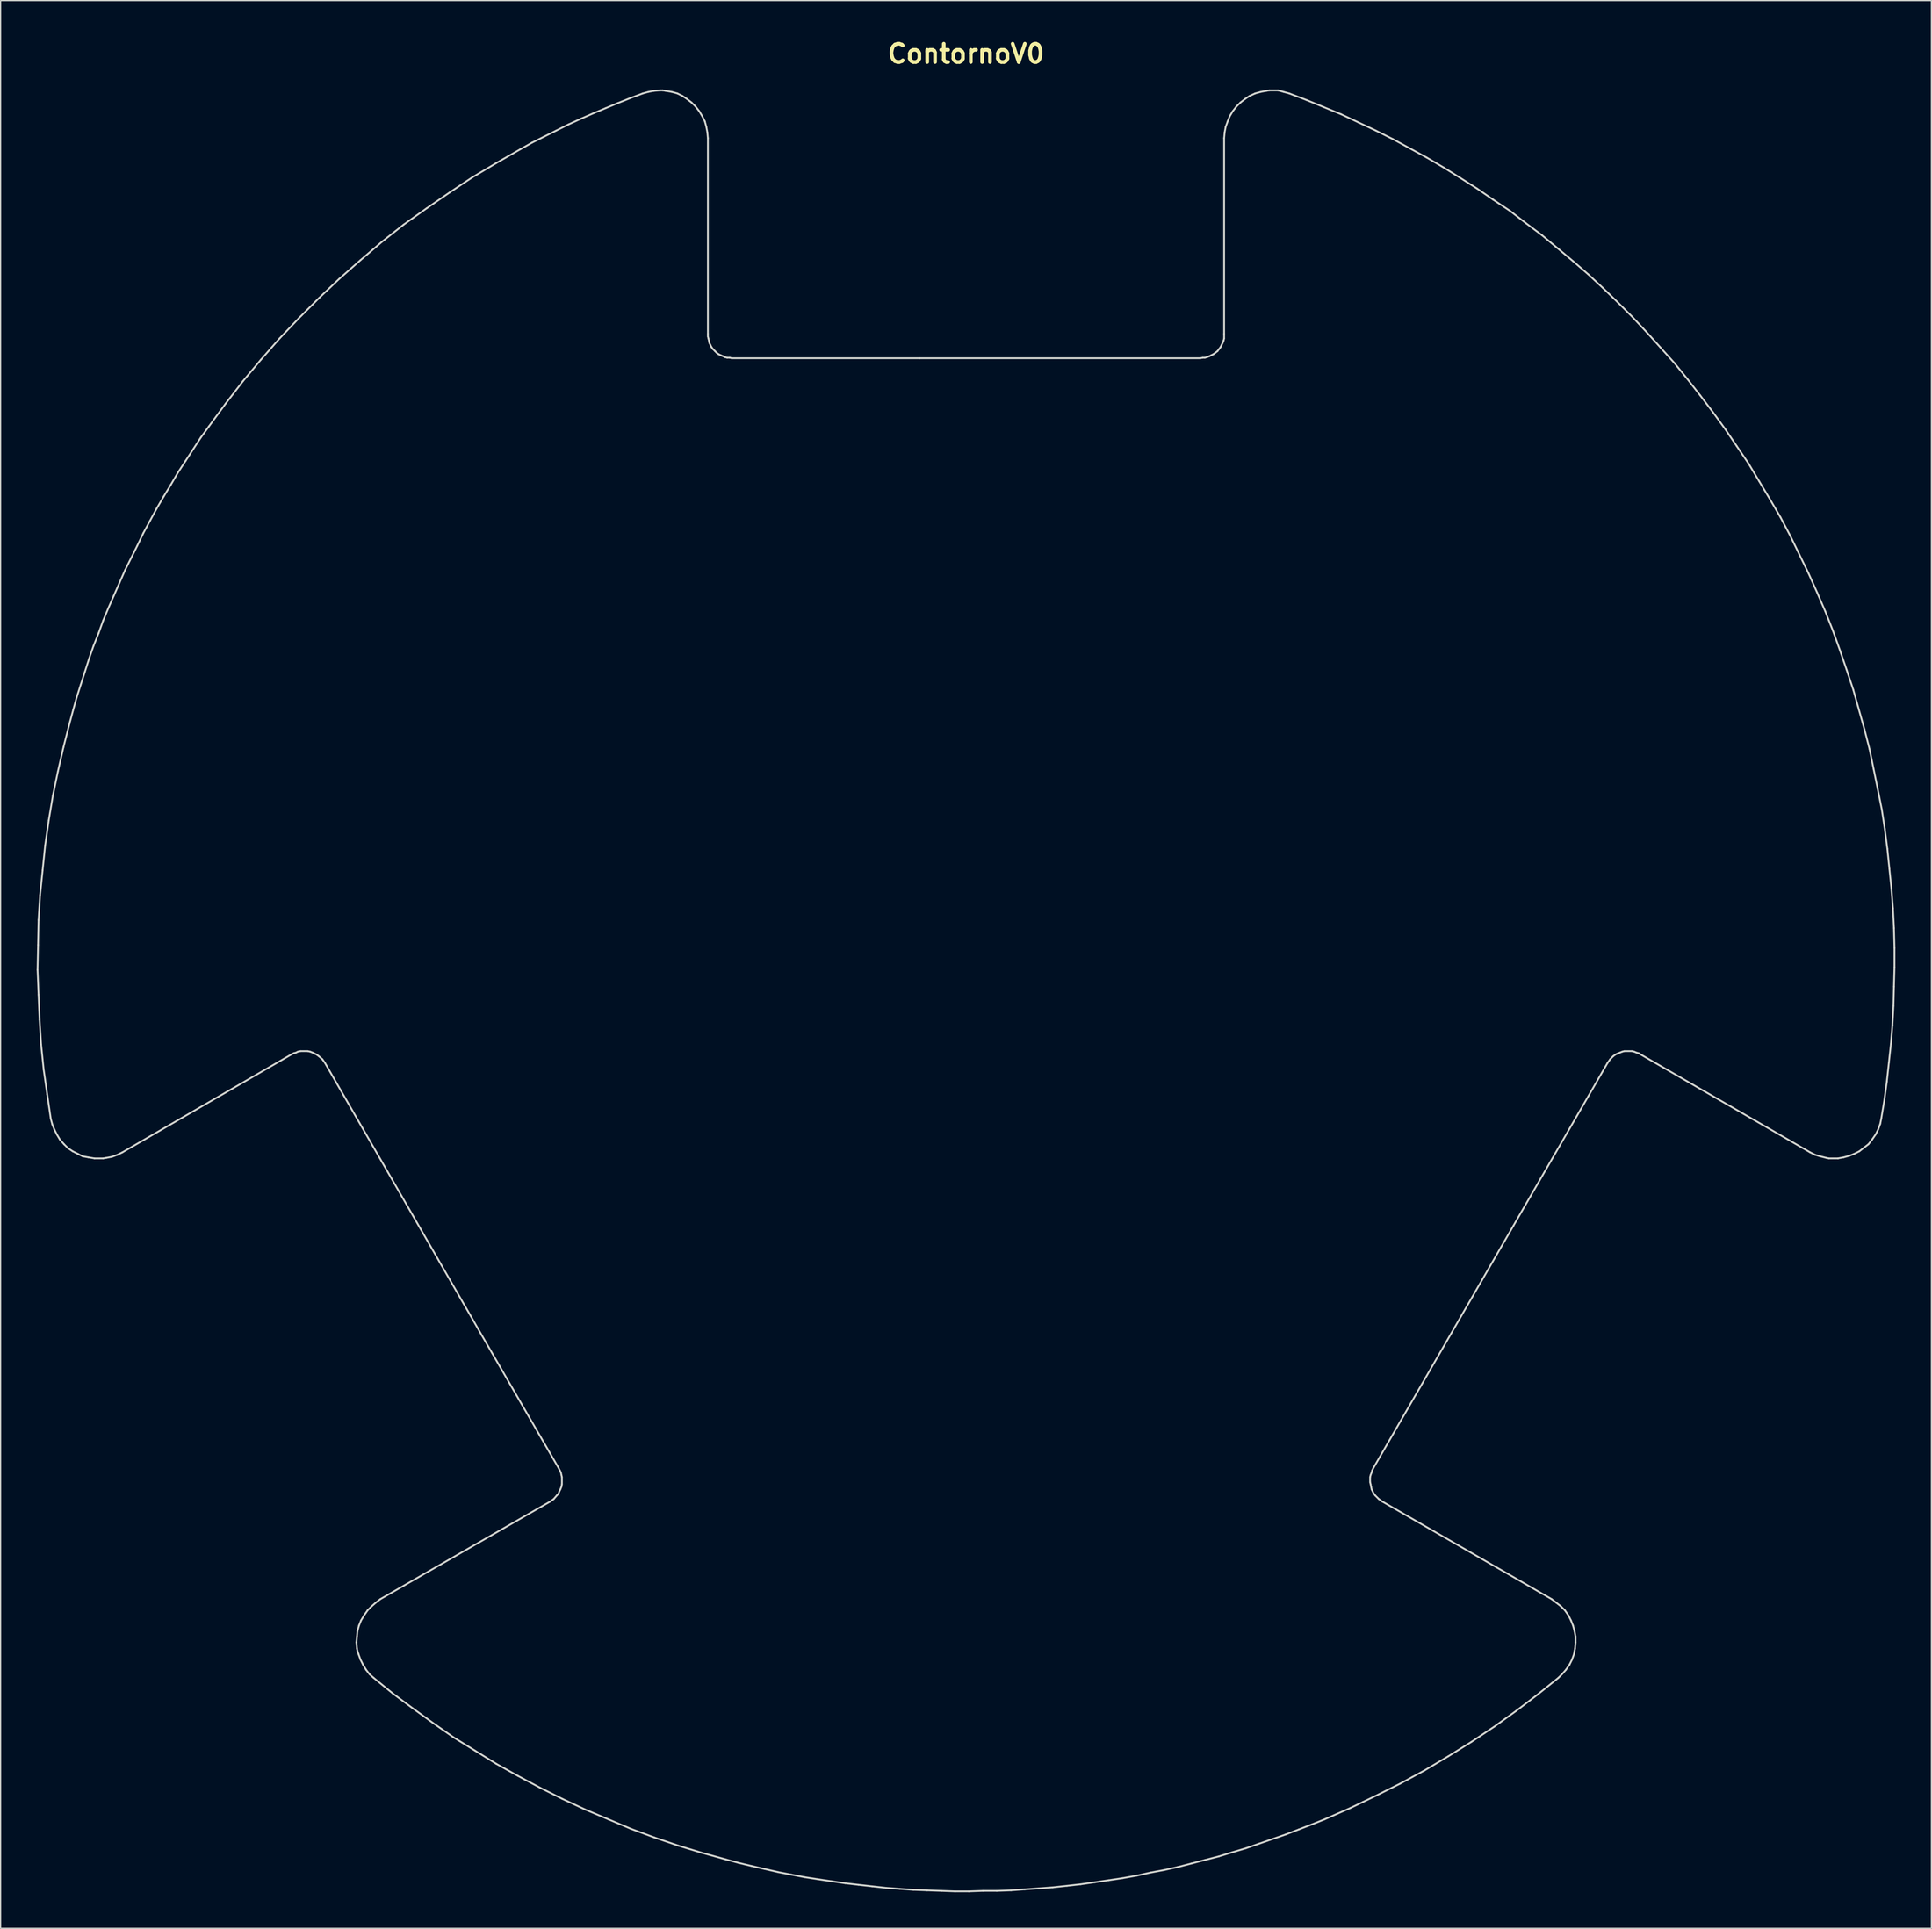
<source format=kicad_pcb>
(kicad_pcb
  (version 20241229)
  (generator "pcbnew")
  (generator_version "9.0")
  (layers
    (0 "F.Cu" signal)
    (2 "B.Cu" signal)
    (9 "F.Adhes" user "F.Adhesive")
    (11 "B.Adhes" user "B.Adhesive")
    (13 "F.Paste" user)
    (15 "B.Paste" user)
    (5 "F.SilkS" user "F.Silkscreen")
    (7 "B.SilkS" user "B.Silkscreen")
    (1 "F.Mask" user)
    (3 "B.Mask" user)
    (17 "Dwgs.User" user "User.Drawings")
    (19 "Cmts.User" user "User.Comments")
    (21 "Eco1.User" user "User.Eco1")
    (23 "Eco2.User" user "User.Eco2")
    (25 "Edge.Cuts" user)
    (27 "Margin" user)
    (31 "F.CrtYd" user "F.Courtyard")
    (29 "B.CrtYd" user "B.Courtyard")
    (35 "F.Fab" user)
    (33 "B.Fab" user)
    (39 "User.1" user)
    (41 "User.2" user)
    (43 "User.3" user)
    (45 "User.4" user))
  (footprint "ContornoV0"
    (layer "F.Cu")
    (at 77.354 79.468)
    (property "Reference" "ContornoV0" (at 0 -78.041 0) (layer "F.SilkS") (effects (font (size 1.524 1.524) (thickness 0.305))))
    (attr through_hole)
    (fp_line (start -77.279 -1.757) (end -77.237 -3.831) (stroke (width 0.15) (type solid)) (layer "Edge.Cuts"))
    (fp_line (start -77.237 -3.831) (end -77.195 -5.905) (stroke (width 0.15) (type solid)) (layer "Edge.Cuts"))
    (fp_line (start -77.195 -5.905) (end -77.068 -7.98) (stroke (width 0.15) (type solid)) (layer "Edge.Cuts"))
    (fp_line (start -77.195 0.318) (end -77.279 -1.757) (stroke (width 0.15) (type solid)) (layer "Edge.Cuts"))
    (fp_line (start -77.11 2.392) (end -77.195 0.318) (stroke (width 0.15) (type solid)) (layer "Edge.Cuts"))
    (fp_line (start -77.068 -7.98) (end -76.856 -10.054) (stroke (width 0.15) (type solid)) (layer "Edge.Cuts"))
    (fp_line (start -76.983 4.466) (end -77.11 2.392) (stroke (width 0.15) (type solid)) (layer "Edge.Cuts"))
    (fp_line (start -76.856 -10.054) (end -76.644 -12.129) (stroke (width 0.15) (type solid)) (layer "Edge.Cuts"))
    (fp_line (start -76.771 6.54) (end -76.983 4.466) (stroke (width 0.15) (type solid)) (layer "Edge.Cuts"))
    (fp_line (start -76.644 -12.129) (end -76.348 -14.203) (stroke (width 0.15) (type solid)) (layer "Edge.Cuts"))
    (fp_line (start -76.475 8.615) (end -76.771 6.54) (stroke (width 0.15) (type solid)) (layer "Edge.Cuts"))
    (fp_line (start -76.348 -14.203) (end -76.009 -16.235) (stroke (width 0.15) (type solid)) (layer "Edge.Cuts"))
    (fp_line (start -76.179 10.647) (end -76.475 8.615) (stroke (width 0.15) (type solid)) (layer "Edge.Cuts"))
    (fp_line (start -76.052 11.113) (end -76.179 10.647) (stroke (width 0.15) (type solid)) (layer "Edge.Cuts"))
    (fp_line (start -76.009 -16.235) (end -75.586 -18.267) (stroke (width 0.15) (type solid)) (layer "Edge.Cuts"))
    (fp_line (start -75.882 11.536) (end -76.052 11.113) (stroke (width 0.15) (type solid)) (layer "Edge.Cuts"))
    (fp_line (start -75.671 11.959) (end -75.882 11.536) (stroke (width 0.15) (type solid)) (layer "Edge.Cuts"))
    (fp_line (start -75.586 -18.267) (end -75.12 -20.299) (stroke (width 0.15) (type solid)) (layer "Edge.Cuts"))
    (fp_line (start -75.417 12.383) (end -75.671 11.959) (stroke (width 0.15) (type solid)) (layer "Edge.Cuts"))
    (fp_line (start -75.12 -20.299) (end -74.612 -22.288) (stroke (width 0.15) (type solid)) (layer "Edge.Cuts"))
    (fp_line (start -75.078 12.764) (end -75.417 12.383) (stroke (width 0.15) (type solid)) (layer "Edge.Cuts"))
    (fp_line (start -74.739 13.102) (end -75.078 12.764) (stroke (width 0.15) (type solid)) (layer "Edge.Cuts"))
    (fp_line (start -74.612 -22.288) (end -74.316 -23.389) (stroke (width 0.15) (type solid)) (layer "Edge.Cuts"))
    (fp_line (start -74.358 13.356) (end -74.739 13.102) (stroke (width 0.15) (type solid)) (layer "Edge.Cuts"))
    (fp_line (start -74.316 -23.389) (end -74.02 -24.447) (stroke (width 0.15) (type solid)) (layer "Edge.Cuts"))
    (fp_line (start -74.02 -24.447) (end -73.681 -25.506) (stroke (width 0.15) (type solid)) (layer "Edge.Cuts"))
    (fp_line (start -73.935 13.568) (end -74.358 13.356) (stroke (width 0.15) (type solid)) (layer "Edge.Cuts"))
    (fp_line (start -73.681 -25.506) (end -73.342 -26.564) (stroke (width 0.15) (type solid)) (layer "Edge.Cuts"))
    (fp_line (start -73.512 13.78) (end -73.935 13.568) (stroke (width 0.15) (type solid)) (layer "Edge.Cuts"))
    (fp_line (start -73.342 -26.564) (end -73.004 -27.622) (stroke (width 0.15) (type solid)) (layer "Edge.Cuts"))
    (fp_line (start -73.046 13.864) (end -73.512 13.78) (stroke (width 0.15) (type solid)) (layer "Edge.Cuts"))
    (fp_line (start -73.004 -27.622) (end -72.623 -28.723) (stroke (width 0.15) (type solid)) (layer "Edge.Cuts"))
    (fp_line (start -72.623 -28.723) (end -72.199 -29.781) (stroke (width 0.15) (type solid)) (layer "Edge.Cuts"))
    (fp_line (start -72.538 13.949) (end -73.046 13.864) (stroke (width 0.15) (type solid)) (layer "Edge.Cuts"))
    (fp_line (start -72.199 -29.781) (end -71.818 -30.84) (stroke (width 0.15) (type solid)) (layer "Edge.Cuts"))
    (fp_line (start -71.818 -30.84) (end -71.395 -31.856) (stroke (width 0.15) (type solid)) (layer "Edge.Cuts"))
    (fp_line (start -71.818 13.949) (end -72.538 13.949) (stroke (width 0.15) (type solid)) (layer "Edge.Cuts"))
    (fp_line (start -71.564 13.906) (end -71.818 13.949) (stroke (width 0.15) (type solid)) (layer "Edge.Cuts"))
    (fp_line (start -71.395 -31.856) (end -70.929 -32.914) (stroke (width 0.15) (type solid)) (layer "Edge.Cuts"))
    (fp_line (start -71.099 13.822) (end -71.564 13.906) (stroke (width 0.15) (type solid)) (layer "Edge.Cuts"))
    (fp_line (start -70.929 -32.914) (end -70.464 -33.972) (stroke (width 0.15) (type solid)) (layer "Edge.Cuts"))
    (fp_line (start -70.633 13.652) (end -71.099 13.822) (stroke (width 0.15) (type solid)) (layer "Edge.Cuts"))
    (fp_line (start -70.464 -33.972) (end -69.998 -35.031) (stroke (width 0.15) (type solid)) (layer "Edge.Cuts"))
    (fp_line (start -70.21 13.441) (end -70.633 13.652) (stroke (width 0.15) (type solid)) (layer "Edge.Cuts"))
    (fp_line (start -69.998 -35.031) (end -69.49 -36.047) (stroke (width 0.15) (type solid)) (layer "Edge.Cuts"))
    (fp_line (start -69.49 -36.047) (end -68.982 -37.063) (stroke (width 0.15) (type solid)) (layer "Edge.Cuts"))
    (fp_line (start -68.982 -37.063) (end -68.474 -38.121) (stroke (width 0.15) (type solid)) (layer "Edge.Cuts"))
    (fp_line (start -68.474 -38.121) (end -67.924 -39.137) (stroke (width 0.15) (type solid)) (layer "Edge.Cuts"))
    (fp_line (start -67.924 -39.137) (end -67.373 -40.153) (stroke (width 0.15) (type solid)) (layer "Edge.Cuts"))
    (fp_line (start -67.373 -40.153) (end -66.781 -41.169) (stroke (width 0.15) (type solid)) (layer "Edge.Cuts"))
    (fp_line (start -66.781 -41.169) (end -66.188 -42.143) (stroke (width 0.15) (type solid)) (layer "Edge.Cuts"))
    (fp_line (start -66.188 -42.143) (end -65.595 -43.159) (stroke (width 0.15) (type solid)) (layer "Edge.Cuts"))
    (fp_line (start -65.595 -43.159) (end -64.96 -44.132) (stroke (width 0.15) (type solid)) (layer "Edge.Cuts"))
    (fp_line (start -64.96 -44.132) (end -64.325 -45.106) (stroke (width 0.15) (type solid)) (layer "Edge.Cuts"))
    (fp_line (start -64.325 -45.106) (end -63.69 -46.08) (stroke (width 0.15) (type solid)) (layer "Edge.Cuts"))
    (fp_line (start -63.69 -46.08) (end -63.013 -47.011) (stroke (width 0.15) (type solid)) (layer "Edge.Cuts"))
    (fp_line (start -63.013 -47.011) (end -61.616 -48.916) (stroke (width 0.15) (type solid)) (layer "Edge.Cuts"))
    (fp_line (start -61.616 -48.916) (end -60.177 -50.779) (stroke (width 0.15) (type solid)) (layer "Edge.Cuts"))
    (fp_line (start -60.177 -50.779) (end -58.695 -52.557) (stroke (width 0.15) (type solid)) (layer "Edge.Cuts"))
    (fp_line (start -58.695 -52.557) (end -57.129 -54.335) (stroke (width 0.15) (type solid)) (layer "Edge.Cuts"))
    (fp_line (start -57.129 -54.335) (end -55.52 -56.028) (stroke (width 0.15) (type solid)) (layer "Edge.Cuts"))
    (fp_line (start -56.113 5.271) (end -70.21 13.441) (stroke (width 0.15) (type solid)) (layer "Edge.Cuts"))
    (fp_line (start -55.943 5.186) (end -56.113 5.271) (stroke (width 0.15) (type solid)) (layer "Edge.Cuts"))
    (fp_line (start -55.774 5.144) (end -55.943 5.186) (stroke (width 0.15) (type solid)) (layer "Edge.Cuts"))
    (fp_line (start -55.605 5.059) (end -55.774 5.144) (stroke (width 0.15) (type solid)) (layer "Edge.Cuts"))
    (fp_line (start -55.52 -56.028) (end -53.869 -57.679) (stroke (width 0.15) (type solid)) (layer "Edge.Cuts"))
    (fp_line (start -55.393 5.016) (end -55.605 5.059) (stroke (width 0.15) (type solid)) (layer "Edge.Cuts"))
    (fp_line (start -54.8 5.016) (end -55.393 5.016) (stroke (width 0.15) (type solid)) (layer "Edge.Cuts"))
    (fp_line (start -54.589 5.059) (end -54.8 5.016) (stroke (width 0.15) (type solid)) (layer "Edge.Cuts"))
    (fp_line (start -54.377 5.144) (end -54.589 5.059) (stroke (width 0.15) (type solid)) (layer "Edge.Cuts"))
    (fp_line (start -54.208 5.228) (end -54.377 5.144) (stroke (width 0.15) (type solid)) (layer "Edge.Cuts"))
    (fp_line (start -54.038 5.313) (end -54.208 5.228) (stroke (width 0.15) (type solid)) (layer "Edge.Cuts"))
    (fp_line (start -53.869 -57.679) (end -52.176 -59.288) (stroke (width 0.15) (type solid)) (layer "Edge.Cuts"))
    (fp_line (start -53.869 5.44) (end -54.038 5.313) (stroke (width 0.15) (type solid)) (layer "Edge.Cuts"))
    (fp_line (start -53.573 5.694) (end -53.869 5.44) (stroke (width 0.15) (type solid)) (layer "Edge.Cuts"))
    (fp_line (start -53.361 5.99) (end -53.573 5.694) (stroke (width 0.15) (type solid)) (layer "Edge.Cuts"))
    (fp_line (start -52.176 -59.288) (end -50.398 -60.854) (stroke (width 0.15) (type solid)) (layer "Edge.Cuts"))
    (fp_line (start -50.736 54.25) (end -50.694 53.784) (stroke (width 0.15) (type solid)) (layer "Edge.Cuts"))
    (fp_line (start -50.694 53.784) (end -50.652 53.319) (stroke (width 0.15) (type solid)) (layer "Edge.Cuts"))
    (fp_line (start -50.694 54.758) (end -50.736 54.25) (stroke (width 0.15) (type solid)) (layer "Edge.Cuts"))
    (fp_line (start -50.652 53.319) (end -50.525 52.853) (stroke (width 0.15) (type solid)) (layer "Edge.Cuts"))
    (fp_line (start -50.652 54.97) (end -50.694 54.758) (stroke (width 0.15) (type solid)) (layer "Edge.Cuts"))
    (fp_line (start -50.567 55.224) (end -50.652 54.97) (stroke (width 0.15) (type solid)) (layer "Edge.Cuts"))
    (fp_line (start -50.525 52.853) (end -50.355 52.43) (stroke (width 0.15) (type solid)) (layer "Edge.Cuts"))
    (fp_line (start -50.398 -60.854) (end -48.62 -62.378) (stroke (width 0.15) (type solid)) (layer "Edge.Cuts"))
    (fp_line (start -50.398 55.689) (end -50.567 55.224) (stroke (width 0.15) (type solid)) (layer "Edge.Cuts"))
    (fp_line (start -50.355 52.43) (end -50.101 52.006) (stroke (width 0.15) (type solid)) (layer "Edge.Cuts"))
    (fp_line (start -50.186 56.113) (end -50.398 55.689) (stroke (width 0.15) (type solid)) (layer "Edge.Cuts"))
    (fp_line (start -50.101 52.006) (end -49.805 51.583) (stroke (width 0.15) (type solid)) (layer "Edge.Cuts"))
    (fp_line (start -49.932 56.536) (end -50.186 56.113) (stroke (width 0.15) (type solid)) (layer "Edge.Cuts"))
    (fp_line (start -49.805 51.583) (end -49.466 51.244) (stroke (width 0.15) (type solid)) (layer "Edge.Cuts"))
    (fp_line (start -49.636 56.917) (end -49.932 56.536) (stroke (width 0.15) (type solid)) (layer "Edge.Cuts"))
    (fp_line (start -49.466 51.244) (end -49.128 50.948) (stroke (width 0.15) (type solid)) (layer "Edge.Cuts"))
    (fp_line (start -49.297 57.213) (end -49.636 56.917) (stroke (width 0.15) (type solid)) (layer "Edge.Cuts"))
    (fp_line (start -49.128 50.948) (end -48.747 50.652) (stroke (width 0.15) (type solid)) (layer "Edge.Cuts"))
    (fp_line (start -48.747 50.652) (end -34.607 42.524) (stroke (width 0.15) (type solid)) (layer "Edge.Cuts"))
    (fp_line (start -48.62 -62.378) (end -46.799 -63.817) (stroke (width 0.15) (type solid)) (layer "Edge.Cuts"))
    (fp_line (start -47.688 58.526) (end -49.297 57.213) (stroke (width 0.15) (type solid)) (layer "Edge.Cuts"))
    (fp_line (start -46.799 -63.817) (end -44.894 -65.172) (stroke (width 0.15) (type solid)) (layer "Edge.Cuts"))
    (fp_line (start -46.037 59.753) (end -47.688 58.526) (stroke (width 0.15) (type solid)) (layer "Edge.Cuts"))
    (fp_line (start -44.894 -65.172) (end -42.989 -66.484) (stroke (width 0.15) (type solid)) (layer "Edge.Cuts"))
    (fp_line (start -44.344 60.981) (end -46.037 59.753) (stroke (width 0.15) (type solid)) (layer "Edge.Cuts"))
    (fp_line (start -42.989 -66.484) (end -41.084 -67.754) (stroke (width 0.15) (type solid)) (layer "Edge.Cuts"))
    (fp_line (start -42.651 62.166) (end -44.344 60.981) (stroke (width 0.15) (type solid)) (layer "Edge.Cuts"))
    (fp_line (start -41.084 -67.754) (end -39.095 -68.94) (stroke (width 0.15) (type solid)) (layer "Edge.Cuts"))
    (fp_line (start -40.873 63.267) (end -42.651 62.166) (stroke (width 0.15) (type solid)) (layer "Edge.Cuts"))
    (fp_line (start -40.301 28.681) (end -53.361 5.99) (stroke (width 0.15) (type solid)) (layer "Edge.Cuts"))
    (fp_line (start -39.095 -68.94) (end -37.105 -70.083) (stroke (width 0.15) (type solid)) (layer "Edge.Cuts"))
    (fp_line (start -39.095 64.368) (end -40.873 63.267) (stroke (width 0.15) (type solid)) (layer "Edge.Cuts"))
    (fp_line (start -37.274 65.384) (end -39.095 64.368) (stroke (width 0.15) (type solid)) (layer "Edge.Cuts"))
    (fp_line (start -37.105 -70.083) (end -36.131 -70.633) (stroke (width 0.15) (type solid)) (layer "Edge.Cuts"))
    (fp_line (start -36.131 -70.633) (end -35.115 -71.141) (stroke (width 0.15) (type solid)) (layer "Edge.Cuts"))
    (fp_line (start -35.454 66.357) (end -37.274 65.384) (stroke (width 0.15) (type solid)) (layer "Edge.Cuts"))
    (fp_line (start -35.115 -71.141) (end -34.099 -71.649) (stroke (width 0.15) (type solid)) (layer "Edge.Cuts"))
    (fp_line (start -34.607 42.524) (end -34.311 42.312) (stroke (width 0.15) (type solid)) (layer "Edge.Cuts"))
    (fp_line (start -34.311 42.312) (end -34.057 42.016) (stroke (width 0.15) (type solid)) (layer "Edge.Cuts"))
    (fp_line (start -34.099 -71.649) (end -33.083 -72.157) (stroke (width 0.15) (type solid)) (layer "Edge.Cuts"))
    (fp_line (start -34.057 42.016) (end -33.93 41.889) (stroke (width 0.15) (type solid)) (layer "Edge.Cuts"))
    (fp_line (start -33.93 41.889) (end -33.845 41.677) (stroke (width 0.15) (type solid)) (layer "Edge.Cuts"))
    (fp_line (start -33.888 39.772) (end -40.301 28.681) (stroke (width 0.15) (type solid)) (layer "Edge.Cuts"))
    (fp_line (start -33.845 41.677) (end -33.761 41.508) (stroke (width 0.15) (type solid)) (layer "Edge.Cuts"))
    (fp_line (start -33.803 39.941) (end -33.888 39.772) (stroke (width 0.15) (type solid)) (layer "Edge.Cuts"))
    (fp_line (start -33.761 41.508) (end -33.676 41.296) (stroke (width 0.15) (type solid)) (layer "Edge.Cuts"))
    (fp_line (start -33.718 40.111) (end -33.803 39.941) (stroke (width 0.15) (type solid)) (layer "Edge.Cuts"))
    (fp_line (start -33.676 40.322) (end -33.718 40.111) (stroke (width 0.15) (type solid)) (layer "Edge.Cuts"))
    (fp_line (start -33.676 41.296) (end -33.634 41.084) (stroke (width 0.15) (type solid)) (layer "Edge.Cuts"))
    (fp_line (start -33.634 40.492) (end -33.676 40.322) (stroke (width 0.15) (type solid)) (layer "Edge.Cuts"))
    (fp_line (start -33.634 41.084) (end -33.634 40.492) (stroke (width 0.15) (type solid)) (layer "Edge.Cuts"))
    (fp_line (start -33.591 67.289) (end -35.454 66.357) (stroke (width 0.15) (type solid)) (layer "Edge.Cuts"))
    (fp_line (start -33.083 -72.157) (end -32.067 -72.623) (stroke (width 0.15) (type solid)) (layer "Edge.Cuts"))
    (fp_line (start -32.067 -72.623) (end -31.009 -73.088) (stroke (width 0.15) (type solid)) (layer "Edge.Cuts"))
    (fp_line (start -31.686 68.178) (end -33.591 67.289) (stroke (width 0.15) (type solid)) (layer "Edge.Cuts"))
    (fp_line (start -31.009 -73.088) (end -29.993 -73.512) (stroke (width 0.15) (type solid)) (layer "Edge.Cuts"))
    (fp_line (start -29.993 -73.512) (end -28.977 -73.935) (stroke (width 0.15) (type solid)) (layer "Edge.Cuts"))
    (fp_line (start -29.781 68.982) (end -31.686 68.178) (stroke (width 0.15) (type solid)) (layer "Edge.Cuts"))
    (fp_line (start -28.977 -73.935) (end -27.919 -74.358) (stroke (width 0.15) (type solid)) (layer "Edge.Cuts"))
    (fp_line (start -27.919 -74.358) (end -26.903 -74.739) (stroke (width 0.15) (type solid)) (layer "Edge.Cuts"))
    (fp_line (start -27.876 69.786) (end -29.781 68.982) (stroke (width 0.15) (type solid)) (layer "Edge.Cuts"))
    (fp_line (start -26.903 -74.739) (end -26.437 -74.866) (stroke (width 0.15) (type solid)) (layer "Edge.Cuts"))
    (fp_line (start -26.437 -74.866) (end -25.971 -74.951) (stroke (width 0.15) (type solid)) (layer "Edge.Cuts"))
    (fp_line (start -25.971 -74.951) (end -25.463 -74.993) (stroke (width 0.15) (type solid)) (layer "Edge.Cuts"))
    (fp_line (start -25.929 70.506) (end -27.876 69.786) (stroke (width 0.15) (type solid)) (layer "Edge.Cuts"))
    (fp_line (start -25.463 -74.993) (end -25.252 -74.993) (stroke (width 0.15) (type solid)) (layer "Edge.Cuts"))
    (fp_line (start -25.252 -74.993) (end -24.998 -74.951) (stroke (width 0.15) (type solid)) (layer "Edge.Cuts"))
    (fp_line (start -24.998 -74.951) (end -24.49 -74.866) (stroke (width 0.15) (type solid)) (layer "Edge.Cuts"))
    (fp_line (start -24.49 -74.866) (end -24.024 -74.739) (stroke (width 0.15) (type solid)) (layer "Edge.Cuts"))
    (fp_line (start -24.024 -74.739) (end -23.601 -74.528) (stroke (width 0.15) (type solid)) (layer "Edge.Cuts"))
    (fp_line (start -23.939 71.183) (end -25.929 70.506) (stroke (width 0.15) (type solid)) (layer "Edge.Cuts"))
    (fp_line (start -23.601 -74.528) (end -23.22 -74.274) (stroke (width 0.15) (type solid)) (layer "Edge.Cuts"))
    (fp_line (start -23.22 -74.274) (end -22.839 -73.977) (stroke (width 0.15) (type solid)) (layer "Edge.Cuts"))
    (fp_line (start -22.839 -73.977) (end -22.5 -73.639) (stroke (width 0.15) (type solid)) (layer "Edge.Cuts"))
    (fp_line (start -22.5 -73.639) (end -22.204 -73.258) (stroke (width 0.15) (type solid)) (layer "Edge.Cuts"))
    (fp_line (start -22.204 -73.258) (end -21.95 -72.834) (stroke (width 0.15) (type solid)) (layer "Edge.Cuts"))
    (fp_line (start -21.992 71.776) (end -23.939 71.183) (stroke (width 0.15) (type solid)) (layer "Edge.Cuts"))
    (fp_line (start -21.95 -72.834) (end -21.738 -72.411) (stroke (width 0.15) (type solid)) (layer "Edge.Cuts"))
    (fp_line (start -21.738 -72.411) (end -21.611 -71.945) (stroke (width 0.15) (type solid)) (layer "Edge.Cuts"))
    (fp_line (start -21.611 -71.945) (end -21.526 -71.48) (stroke (width 0.15) (type solid)) (layer "Edge.Cuts"))
    (fp_line (start -21.526 -71.48) (end -21.484 -71.014) (stroke (width 0.15) (type solid)) (layer "Edge.Cuts"))
    (fp_line (start -21.484 -71.014) (end -21.484 -54.716) (stroke (width 0.15) (type solid)) (layer "Edge.Cuts"))
    (fp_line (start -21.484 -54.716) (end -21.484 -54.504) (stroke (width 0.15) (type solid)) (layer "Edge.Cuts"))
    (fp_line (start -21.484 -54.504) (end -21.442 -54.335) (stroke (width 0.15) (type solid)) (layer "Edge.Cuts"))
    (fp_line (start -21.442 -54.335) (end -21.399 -54.165) (stroke (width 0.15) (type solid)) (layer "Edge.Cuts"))
    (fp_line (start -21.399 -54.165) (end -21.357 -53.954) (stroke (width 0.15) (type solid)) (layer "Edge.Cuts"))
    (fp_line (start -21.357 -53.954) (end -21.272 -53.784) (stroke (width 0.15) (type solid)) (layer "Edge.Cuts"))
    (fp_line (start -21.272 -53.784) (end -21.188 -53.615) (stroke (width 0.15) (type solid)) (layer "Edge.Cuts"))
    (fp_line (start -21.188 -53.615) (end -21.061 -53.446) (stroke (width 0.15) (type solid)) (layer "Edge.Cuts"))
    (fp_line (start -21.061 -53.446) (end -20.891 -53.276) (stroke (width 0.15) (type solid)) (layer "Edge.Cuts"))
    (fp_line (start -20.891 -53.276) (end -20.764 -53.149) (stroke (width 0.15) (type solid)) (layer "Edge.Cuts"))
    (fp_line (start -20.764 -53.149) (end -20.595 -53.022) (stroke (width 0.15) (type solid)) (layer "Edge.Cuts"))
    (fp_line (start -20.595 -53.022) (end -20.426 -52.938) (stroke (width 0.15) (type solid)) (layer "Edge.Cuts"))
    (fp_line (start -20.426 -52.938) (end -20.214 -52.853) (stroke (width 0.15) (type solid)) (layer "Edge.Cuts"))
    (fp_line (start -20.214 -52.853) (end -20.045 -52.768) (stroke (width 0.15) (type solid)) (layer "Edge.Cuts"))
    (fp_line (start -20.045 -52.768) (end -19.875 -52.726) (stroke (width 0.15) (type solid)) (layer "Edge.Cuts"))
    (fp_line (start -20.002 72.326) (end -21.992 71.776) (stroke (width 0.15) (type solid)) (layer "Edge.Cuts"))
    (fp_line (start -19.875 -52.726) (end -19.664 -52.726) (stroke (width 0.15) (type solid)) (layer "Edge.Cuts"))
    (fp_line (start -19.664 -52.726) (end -19.494 -52.684) (stroke (width 0.15) (type solid)) (layer "Edge.Cuts"))
    (fp_line (start -19.494 -52.684) (end -3.852 -52.684) (stroke (width 0.15) (type solid)) (layer "Edge.Cuts"))
    (fp_line (start -18.902 72.623) (end -20.002 72.326) (stroke (width 0.15) (type solid)) (layer "Edge.Cuts"))
    (fp_line (start -17.843 72.877) (end -18.902 72.623) (stroke (width 0.15) (type solid)) (layer "Edge.Cuts"))
    (fp_line (start -16.743 73.131) (end -17.843 72.877) (stroke (width 0.15) (type solid)) (layer "Edge.Cuts"))
    (fp_line (start -15.642 73.385) (end -16.743 73.131) (stroke (width 0.15) (type solid)) (layer "Edge.Cuts"))
    (fp_line (start -14.541 73.596) (end -15.642 73.385) (stroke (width 0.15) (type solid)) (layer "Edge.Cuts"))
    (fp_line (start -13.441 73.808) (end -14.541 73.596) (stroke (width 0.15) (type solid)) (layer "Edge.Cuts"))
    (fp_line (start -12.34 73.977) (end -13.441 73.808) (stroke (width 0.15) (type solid)) (layer "Edge.Cuts"))
    (fp_line (start -11.197 74.147) (end -12.34 73.977) (stroke (width 0.15) (type solid)) (layer "Edge.Cuts"))
    (fp_line (start -10.054 74.316) (end -11.197 74.147) (stroke (width 0.15) (type solid)) (layer "Edge.Cuts"))
    (fp_line (start -8.953 74.443) (end -10.054 74.316) (stroke (width 0.15) (type solid)) (layer "Edge.Cuts"))
    (fp_line (start -7.81 74.57) (end -8.953 74.443) (stroke (width 0.15) (type solid)) (layer "Edge.Cuts"))
    (fp_line (start -6.667 74.697) (end -7.81 74.57) (stroke (width 0.15) (type solid)) (layer "Edge.Cuts"))
    (fp_line (start -5.524 74.782) (end -6.667 74.697) (stroke (width 0.15) (type solid)) (layer "Edge.Cuts"))
    (fp_line (start -4.381 74.866) (end -5.524 74.782) (stroke (width 0.15) (type solid)) (layer "Edge.Cuts"))
    (fp_line (start -3.852 -52.684) (end 19.494 -52.684) (stroke (width 0.15) (type solid)) (layer "Edge.Cuts"))
    (fp_line (start -3.238 74.909) (end -4.381 74.866) (stroke (width 0.15) (type solid)) (layer "Edge.Cuts"))
    (fp_line (start -2.053 74.951) (end -3.238 74.909) (stroke (width 0.15) (type solid)) (layer "Edge.Cuts"))
    (fp_line (start -0.91 74.993) (end -2.053 74.951) (stroke (width 0.15) (type solid)) (layer "Edge.Cuts"))
    (fp_line (start 0.233 74.993) (end -0.91 74.993) (stroke (width 0.15) (type solid)) (layer "Edge.Cuts"))
    (fp_line (start 1.418 74.951) (end 0.233 74.993) (stroke (width 0.15) (type solid)) (layer "Edge.Cuts"))
    (fp_line (start 2.561 74.951) (end 1.418 74.951) (stroke (width 0.15) (type solid)) (layer "Edge.Cuts"))
    (fp_line (start 3.747 74.909) (end 2.561 74.951) (stroke (width 0.15) (type solid)) (layer "Edge.Cuts"))
    (fp_line (start 4.89 74.824) (end 3.747 74.909) (stroke (width 0.15) (type solid)) (layer "Edge.Cuts"))
    (fp_line (start 6.075 74.739) (end 4.89 74.824) (stroke (width 0.15) (type solid)) (layer "Edge.Cuts"))
    (fp_line (start 7.218 74.655) (end 6.075 74.739) (stroke (width 0.15) (type solid)) (layer "Edge.Cuts"))
    (fp_line (start 8.403 74.528) (end 7.218 74.655) (stroke (width 0.15) (type solid)) (layer "Edge.Cuts"))
    (fp_line (start 9.546 74.401) (end 8.403 74.528) (stroke (width 0.15) (type solid)) (layer "Edge.Cuts"))
    (fp_line (start 10.732 74.231) (end 9.546 74.401) (stroke (width 0.15) (type solid)) (layer "Edge.Cuts"))
    (fp_line (start 11.875 74.062) (end 10.732 74.231) (stroke (width 0.15) (type solid)) (layer "Edge.Cuts"))
    (fp_line (start 13.018 73.893) (end 11.875 74.062) (stroke (width 0.15) (type solid)) (layer "Edge.Cuts"))
    (fp_line (start 14.203 73.681) (end 13.018 73.893) (stroke (width 0.15) (type solid)) (layer "Edge.Cuts"))
    (fp_line (start 15.346 73.427) (end 14.203 73.681) (stroke (width 0.15) (type solid)) (layer "Edge.Cuts"))
    (fp_line (start 16.489 73.215) (end 15.346 73.427) (stroke (width 0.15) (type solid)) (layer "Edge.Cuts"))
    (fp_line (start 17.632 72.961) (end 16.489 73.215) (stroke (width 0.15) (type solid)) (layer "Edge.Cuts"))
    (fp_line (start 18.775 72.665) (end 17.632 72.961) (stroke (width 0.15) (type solid)) (layer "Edge.Cuts"))
    (fp_line (start 19.494 -52.684) (end 19.706 -52.726) (stroke (width 0.15) (type solid)) (layer "Edge.Cuts"))
    (fp_line (start 19.706 -52.726) (end 19.875 -52.726) (stroke (width 0.15) (type solid)) (layer "Edge.Cuts"))
    (fp_line (start 19.875 -52.726) (end 20.045 -52.768) (stroke (width 0.15) (type solid)) (layer "Edge.Cuts"))
    (fp_line (start 19.918 72.369) (end 18.775 72.665) (stroke (width 0.15) (type solid)) (layer "Edge.Cuts"))
    (fp_line (start 20.045 -52.768) (end 20.256 -52.853) (stroke (width 0.15) (type solid)) (layer "Edge.Cuts"))
    (fp_line (start 20.256 -52.853) (end 20.426 -52.938) (stroke (width 0.15) (type solid)) (layer "Edge.Cuts"))
    (fp_line (start 20.426 -52.938) (end 20.595 -53.022) (stroke (width 0.15) (type solid)) (layer "Edge.Cuts"))
    (fp_line (start 20.595 -53.022) (end 20.765 -53.149) (stroke (width 0.15) (type solid)) (layer "Edge.Cuts"))
    (fp_line (start 20.765 -53.149) (end 20.934 -53.276) (stroke (width 0.15) (type solid)) (layer "Edge.Cuts"))
    (fp_line (start 20.934 -53.276) (end 21.061 -53.446) (stroke (width 0.15) (type solid)) (layer "Edge.Cuts"))
    (fp_line (start 21.061 -53.446) (end 21.188 -53.615) (stroke (width 0.15) (type solid)) (layer "Edge.Cuts"))
    (fp_line (start 21.061 72.072) (end 19.918 72.369) (stroke (width 0.15) (type solid)) (layer "Edge.Cuts"))
    (fp_line (start 21.188 -53.615) (end 21.273 -53.784) (stroke (width 0.15) (type solid)) (layer "Edge.Cuts"))
    (fp_line (start 21.273 -53.784) (end 21.357 -53.954) (stroke (width 0.15) (type solid)) (layer "Edge.Cuts"))
    (fp_line (start 21.357 -53.954) (end 21.442 -54.165) (stroke (width 0.15) (type solid)) (layer "Edge.Cuts"))
    (fp_line (start 21.442 -54.165) (end 21.484 -54.335) (stroke (width 0.15) (type solid)) (layer "Edge.Cuts"))
    (fp_line (start 21.484 -71.014) (end 21.526 -71.48) (stroke (width 0.15) (type solid)) (layer "Edge.Cuts"))
    (fp_line (start 21.484 -54.716) (end 21.484 -71.014) (stroke (width 0.15) (type solid)) (layer "Edge.Cuts"))
    (fp_line (start 21.484 -54.335) (end 21.484 -54.716) (stroke (width 0.15) (type solid)) (layer "Edge.Cuts"))
    (fp_line (start 21.526 -71.48) (end 21.611 -71.945) (stroke (width 0.15) (type solid)) (layer "Edge.Cuts"))
    (fp_line (start 21.611 -71.945) (end 21.78 -72.411) (stroke (width 0.15) (type solid)) (layer "Edge.Cuts"))
    (fp_line (start 21.78 -72.411) (end 21.95 -72.834) (stroke (width 0.15) (type solid)) (layer "Edge.Cuts"))
    (fp_line (start 21.95 -72.834) (end 22.204 -73.258) (stroke (width 0.15) (type solid)) (layer "Edge.Cuts"))
    (fp_line (start 22.162 71.734) (end 21.061 72.072) (stroke (width 0.15) (type solid)) (layer "Edge.Cuts"))
    (fp_line (start 22.204 -73.258) (end 22.5 -73.639) (stroke (width 0.15) (type solid)) (layer "Edge.Cuts"))
    (fp_line (start 22.5 -73.639) (end 22.839 -73.977) (stroke (width 0.15) (type solid)) (layer "Edge.Cuts"))
    (fp_line (start 22.839 -73.977) (end 23.22 -74.274) (stroke (width 0.15) (type solid)) (layer "Edge.Cuts"))
    (fp_line (start 23.22 -74.274) (end 23.601 -74.528) (stroke (width 0.15) (type solid)) (layer "Edge.Cuts"))
    (fp_line (start 23.305 71.395) (end 22.162 71.734) (stroke (width 0.15) (type solid)) (layer "Edge.Cuts"))
    (fp_line (start 23.601 -74.528) (end 24.067 -74.739) (stroke (width 0.15) (type solid)) (layer "Edge.Cuts"))
    (fp_line (start 24.067 -74.739) (end 24.532 -74.866) (stroke (width 0.15) (type solid)) (layer "Edge.Cuts"))
    (fp_line (start 24.405 71.014) (end 23.305 71.395) (stroke (width 0.15) (type solid)) (layer "Edge.Cuts"))
    (fp_line (start 24.532 -74.866) (end 24.998 -74.951) (stroke (width 0.15) (type solid)) (layer "Edge.Cuts"))
    (fp_line (start 24.998 -74.951) (end 25.252 -74.993) (stroke (width 0.15) (type solid)) (layer "Edge.Cuts"))
    (fp_line (start 25.252 -74.993) (end 25.971 -74.993) (stroke (width 0.15) (type solid)) (layer "Edge.Cuts"))
    (fp_line (start 25.506 70.633) (end 24.405 71.014) (stroke (width 0.15) (type solid)) (layer "Edge.Cuts"))
    (fp_line (start 25.971 -74.993) (end 26.437 -74.866) (stroke (width 0.15) (type solid)) (layer "Edge.Cuts"))
    (fp_line (start 26.437 -74.866) (end 26.903 -74.739) (stroke (width 0.15) (type solid)) (layer "Edge.Cuts"))
    (fp_line (start 26.607 70.252) (end 25.506 70.633) (stroke (width 0.15) (type solid)) (layer "Edge.Cuts"))
    (fp_line (start 26.903 -74.739) (end 28.342 -74.189) (stroke (width 0.15) (type solid)) (layer "Edge.Cuts"))
    (fp_line (start 27.707 69.829) (end 26.607 70.252) (stroke (width 0.15) (type solid)) (layer "Edge.Cuts"))
    (fp_line (start 28.342 -74.189) (end 29.782 -73.596) (stroke (width 0.15) (type solid)) (layer "Edge.Cuts"))
    (fp_line (start 28.808 69.405) (end 27.707 69.829) (stroke (width 0.15) (type solid)) (layer "Edge.Cuts"))
    (fp_line (start 29.782 -73.596) (end 31.221 -73.004) (stroke (width 0.15) (type solid)) (layer "Edge.Cuts"))
    (fp_line (start 29.866 68.982) (end 28.808 69.405) (stroke (width 0.15) (type solid)) (layer "Edge.Cuts"))
    (fp_line (start 30.924 68.516) (end 29.866 68.982) (stroke (width 0.15) (type solid)) (layer "Edge.Cuts"))
    (fp_line (start 31.221 -73.004) (end 32.66 -72.326) (stroke (width 0.15) (type solid)) (layer "Edge.Cuts"))
    (fp_line (start 31.983 68.051) (end 30.924 68.516) (stroke (width 0.15) (type solid)) (layer "Edge.Cuts"))
    (fp_line (start 32.66 -72.326) (end 34.099 -71.649) (stroke (width 0.15) (type solid)) (layer "Edge.Cuts"))
    (fp_line (start 33.041 67.543) (end 31.983 68.051) (stroke (width 0.15) (type solid)) (layer "Edge.Cuts"))
    (fp_line (start 33.634 40.492) (end 33.634 40.915) (stroke (width 0.15) (type solid)) (layer "Edge.Cuts"))
    (fp_line (start 33.634 40.915) (end 33.676 41.084) (stroke (width 0.15) (type solid)) (layer "Edge.Cuts"))
    (fp_line (start 33.676 40.322) (end 33.634 40.492) (stroke (width 0.15) (type solid)) (layer "Edge.Cuts"))
    (fp_line (start 33.676 41.084) (end 33.718 41.296) (stroke (width 0.15) (type solid)) (layer "Edge.Cuts"))
    (fp_line (start 33.718 41.296) (end 33.761 41.508) (stroke (width 0.15) (type solid)) (layer "Edge.Cuts"))
    (fp_line (start 33.761 40.111) (end 33.676 40.322) (stroke (width 0.15) (type solid)) (layer "Edge.Cuts"))
    (fp_line (start 33.761 41.508) (end 33.846 41.677) (stroke (width 0.15) (type solid)) (layer "Edge.Cuts"))
    (fp_line (start 33.803 39.941) (end 33.761 40.111) (stroke (width 0.15) (type solid)) (layer "Edge.Cuts"))
    (fp_line (start 33.846 41.677) (end 33.93 41.846) (stroke (width 0.15) (type solid)) (layer "Edge.Cuts"))
    (fp_line (start 33.888 39.772) (end 33.803 39.941) (stroke (width 0.15) (type solid)) (layer "Edge.Cuts"))
    (fp_line (start 33.93 41.846) (end 34.057 42.016) (stroke (width 0.15) (type solid)) (layer "Edge.Cuts"))
    (fp_line (start 34.057 42.016) (end 34.353 42.312) (stroke (width 0.15) (type solid)) (layer "Edge.Cuts"))
    (fp_line (start 34.099 -71.649) (end 35.539 -70.929) (stroke (width 0.15) (type solid)) (layer "Edge.Cuts"))
    (fp_line (start 34.099 67.035) (end 33.041 67.543) (stroke (width 0.15) (type solid)) (layer "Edge.Cuts"))
    (fp_line (start 34.353 42.312) (end 34.65 42.524) (stroke (width 0.15) (type solid)) (layer "Edge.Cuts"))
    (fp_line (start 34.65 42.524) (end 48.747 50.652) (stroke (width 0.15) (type solid)) (layer "Edge.Cuts"))
    (fp_line (start 35.115 66.527) (end 34.099 67.035) (stroke (width 0.15) (type solid)) (layer "Edge.Cuts"))
    (fp_line (start 35.539 -70.929) (end 36.936 -70.167) (stroke (width 0.15) (type solid)) (layer "Edge.Cuts"))
    (fp_line (start 36.132 66.019) (end 35.115 66.527) (stroke (width 0.15) (type solid)) (layer "Edge.Cuts"))
    (fp_line (start 36.936 -70.167) (end 38.333 -69.405) (stroke (width 0.15) (type solid)) (layer "Edge.Cuts"))
    (fp_line (start 37.148 65.468) (end 36.132 66.019) (stroke (width 0.15) (type solid)) (layer "Edge.Cuts"))
    (fp_line (start 38.163 64.918) (end 37.148 65.468) (stroke (width 0.15) (type solid)) (layer "Edge.Cuts"))
    (fp_line (start 38.333 -69.405) (end 39.772 -68.559) (stroke (width 0.15) (type solid)) (layer "Edge.Cuts"))
    (fp_line (start 39.772 -68.559) (end 41.127 -67.712) (stroke (width 0.15) (type solid)) (layer "Edge.Cuts"))
    (fp_line (start 40.153 63.733) (end 38.163 64.918) (stroke (width 0.15) (type solid)) (layer "Edge.Cuts"))
    (fp_line (start 41.127 -67.712) (end 42.524 -66.823) (stroke (width 0.15) (type solid)) (layer "Edge.Cuts"))
    (fp_line (start 42.058 62.547) (end 40.153 63.733) (stroke (width 0.15) (type solid)) (layer "Edge.Cuts"))
    (fp_line (start 42.524 -66.823) (end 43.879 -65.892) (stroke (width 0.15) (type solid)) (layer "Edge.Cuts"))
    (fp_line (start 43.879 -65.892) (end 45.276 -64.96) (stroke (width 0.15) (type solid)) (layer "Edge.Cuts"))
    (fp_line (start 43.963 61.277) (end 42.058 62.547) (stroke (width 0.15) (type solid)) (layer "Edge.Cuts"))
    (fp_line (start 45.276 -64.96) (end 46.588 -63.944) (stroke (width 0.15) (type solid)) (layer "Edge.Cuts"))
    (fp_line (start 45.551 19.579) (end 33.888 39.772) (stroke (width 0.15) (type solid)) (layer "Edge.Cuts"))
    (fp_line (start 45.783 59.965) (end 43.963 61.277) (stroke (width 0.15) (type solid)) (layer "Edge.Cuts"))
    (fp_line (start 46.588 -63.944) (end 47.943 -62.928) (stroke (width 0.15) (type solid)) (layer "Edge.Cuts"))
    (fp_line (start 47.562 58.61) (end 45.783 59.965) (stroke (width 0.15) (type solid)) (layer "Edge.Cuts"))
    (fp_line (start 47.943 -62.928) (end 49.212 -61.87) (stroke (width 0.15) (type solid)) (layer "Edge.Cuts"))
    (fp_line (start 48.747 50.652) (end 49.128 50.948) (stroke (width 0.15) (type solid)) (layer "Edge.Cuts"))
    (fp_line (start 49.128 50.948) (end 49.509 51.244) (stroke (width 0.15) (type solid)) (layer "Edge.Cuts"))
    (fp_line (start 49.212 -61.87) (end 50.525 -60.769) (stroke (width 0.15) (type solid)) (layer "Edge.Cuts"))
    (fp_line (start 49.297 57.213) (end 47.562 58.61) (stroke (width 0.15) (type solid)) (layer "Edge.Cuts"))
    (fp_line (start 49.509 51.244) (end 49.847 51.583) (stroke (width 0.15) (type solid)) (layer "Edge.Cuts"))
    (fp_line (start 49.636 56.875) (end 49.297 57.213) (stroke (width 0.15) (type solid)) (layer "Edge.Cuts"))
    (fp_line (start 49.847 51.583) (end 50.144 52.006) (stroke (width 0.15) (type solid)) (layer "Edge.Cuts"))
    (fp_line (start 49.932 56.536) (end 49.636 56.875) (stroke (width 0.15) (type solid)) (layer "Edge.Cuts"))
    (fp_line (start 50.144 52.006) (end 50.355 52.43) (stroke (width 0.15) (type solid)) (layer "Edge.Cuts"))
    (fp_line (start 50.228 56.113) (end 49.932 56.536) (stroke (width 0.15) (type solid)) (layer "Edge.Cuts"))
    (fp_line (start 50.355 52.43) (end 50.525 52.853) (stroke (width 0.15) (type solid)) (layer "Edge.Cuts"))
    (fp_line (start 50.44 55.689) (end 50.228 56.113) (stroke (width 0.15) (type solid)) (layer "Edge.Cuts"))
    (fp_line (start 50.525 -60.769) (end 51.795 -59.669) (stroke (width 0.15) (type solid)) (layer "Edge.Cuts"))
    (fp_line (start 50.525 52.853) (end 50.652 53.319) (stroke (width 0.15) (type solid)) (layer "Edge.Cuts"))
    (fp_line (start 50.609 55.224) (end 50.44 55.689) (stroke (width 0.15) (type solid)) (layer "Edge.Cuts"))
    (fp_line (start 50.652 53.319) (end 50.736 53.784) (stroke (width 0.15) (type solid)) (layer "Edge.Cuts"))
    (fp_line (start 50.652 54.97) (end 50.609 55.224) (stroke (width 0.15) (type solid)) (layer "Edge.Cuts"))
    (fp_line (start 50.694 54.758) (end 50.652 54.97) (stroke (width 0.15) (type solid)) (layer "Edge.Cuts"))
    (fp_line (start 50.736 53.784) (end 50.736 54.25) (stroke (width 0.15) (type solid)) (layer "Edge.Cuts"))
    (fp_line (start 50.736 54.25) (end 50.694 54.758) (stroke (width 0.15) (type solid)) (layer "Edge.Cuts"))
    (fp_line (start 51.795 -59.669) (end 53.023 -58.526) (stroke (width 0.15) (type solid)) (layer "Edge.Cuts"))
    (fp_line (start 53.023 -58.526) (end 54.25 -57.34) (stroke (width 0.15) (type solid)) (layer "Edge.Cuts"))
    (fp_line (start 53.404 5.99) (end 45.551 19.579) (stroke (width 0.15) (type solid)) (layer "Edge.Cuts"))
    (fp_line (start 53.404 5.99) (end 53.404 5.99) (stroke (width 0.15) (type solid)) (layer "Edge.Cuts"))
    (fp_line (start 53.615 5.694) (end 53.404 5.99) (stroke (width 0.15) (type solid)) (layer "Edge.Cuts"))
    (fp_line (start 53.869 5.44) (end 53.615 5.694) (stroke (width 0.15) (type solid)) (layer "Edge.Cuts"))
    (fp_line (start 54.038 5.313) (end 53.869 5.44) (stroke (width 0.15) (type solid)) (layer "Edge.Cuts"))
    (fp_line (start 54.208 5.228) (end 54.038 5.313) (stroke (width 0.15) (type solid)) (layer "Edge.Cuts"))
    (fp_line (start 54.25 -57.34) (end 55.478 -56.113) (stroke (width 0.15) (type solid)) (layer "Edge.Cuts"))
    (fp_line (start 54.419 5.144) (end 54.208 5.228) (stroke (width 0.15) (type solid)) (layer "Edge.Cuts"))
    (fp_line (start 54.631 5.059) (end 54.419 5.144) (stroke (width 0.15) (type solid)) (layer "Edge.Cuts"))
    (fp_line (start 54.8 5.016) (end 54.631 5.059) (stroke (width 0.15) (type solid)) (layer "Edge.Cuts"))
    (fp_line (start 55.435 5.016) (end 54.8 5.016) (stroke (width 0.15) (type solid)) (layer "Edge.Cuts"))
    (fp_line (start 55.478 -56.113) (end 56.663 -54.843) (stroke (width 0.15) (type solid)) (layer "Edge.Cuts"))
    (fp_line (start 55.605 5.059) (end 55.435 5.016) (stroke (width 0.15) (type solid)) (layer "Edge.Cuts"))
    (fp_line (start 55.816 5.144) (end 55.605 5.059) (stroke (width 0.15) (type solid)) (layer "Edge.Cuts"))
    (fp_line (start 55.986 5.186) (end 55.816 5.144) (stroke (width 0.15) (type solid)) (layer "Edge.Cuts"))
    (fp_line (start 56.113 5.271) (end 55.986 5.186) (stroke (width 0.15) (type solid)) (layer "Edge.Cuts"))
    (fp_line (start 56.663 -54.843) (end 57.806 -53.573) (stroke (width 0.15) (type solid)) (layer "Edge.Cuts"))
    (fp_line (start 57.806 -53.573) (end 58.949 -52.303) (stroke (width 0.15) (type solid)) (layer "Edge.Cuts"))
    (fp_line (start 58.949 -52.303) (end 60.05 -50.948) (stroke (width 0.15) (type solid)) (layer "Edge.Cuts"))
    (fp_line (start 60.05 -50.948) (end 61.108 -49.593) (stroke (width 0.15) (type solid)) (layer "Edge.Cuts"))
    (fp_line (start 61.108 -49.593) (end 62.166 -48.196) (stroke (width 0.15) (type solid)) (layer "Edge.Cuts"))
    (fp_line (start 62.166 -48.196) (end 63.182 -46.799) (stroke (width 0.15) (type solid)) (layer "Edge.Cuts"))
    (fp_line (start 63.182 -46.799) (end 64.156 -45.36) (stroke (width 0.15) (type solid)) (layer "Edge.Cuts"))
    (fp_line (start 64.156 -45.36) (end 65.13 -43.921) (stroke (width 0.15) (type solid)) (layer "Edge.Cuts"))
    (fp_line (start 65.13 -43.921) (end 66.019 -42.439) (stroke (width 0.15) (type solid)) (layer "Edge.Cuts"))
    (fp_line (start 66.019 -42.439) (end 66.908 -40.957) (stroke (width 0.15) (type solid)) (layer "Edge.Cuts"))
    (fp_line (start 66.908 -40.957) (end 67.797 -39.433) (stroke (width 0.15) (type solid)) (layer "Edge.Cuts"))
    (fp_line (start 67.797 -39.433) (end 68.601 -37.909) (stroke (width 0.15) (type solid)) (layer "Edge.Cuts"))
    (fp_line (start 68.601 -37.909) (end 69.363 -36.343) (stroke (width 0.15) (type solid)) (layer "Edge.Cuts"))
    (fp_line (start 69.363 -36.343) (end 70.125 -34.777) (stroke (width 0.15) (type solid)) (layer "Edge.Cuts"))
    (fp_line (start 70.125 -34.777) (end 70.845 -33.168) (stroke (width 0.15) (type solid)) (layer "Edge.Cuts"))
    (fp_line (start 70.252 13.441) (end 56.113 5.271) (stroke (width 0.15) (type solid)) (layer "Edge.Cuts"))
    (fp_line (start 70.675 13.652) (end 70.252 13.441) (stroke (width 0.15) (type solid)) (layer "Edge.Cuts"))
    (fp_line (start 70.845 -33.168) (end 71.522 -31.602) (stroke (width 0.15) (type solid)) (layer "Edge.Cuts"))
    (fp_line (start 71.099 13.78) (end 70.675 13.652) (stroke (width 0.15) (type solid)) (layer "Edge.Cuts"))
    (fp_line (start 71.522 -31.602) (end 72.157 -29.993) (stroke (width 0.15) (type solid)) (layer "Edge.Cuts"))
    (fp_line (start 71.607 13.906) (end 71.099 13.78) (stroke (width 0.15) (type solid)) (layer "Edge.Cuts"))
    (fp_line (start 71.818 13.949) (end 71.607 13.906) (stroke (width 0.15) (type solid)) (layer "Edge.Cuts"))
    (fp_line (start 72.157 -29.993) (end 72.75 -28.342) (stroke (width 0.15) (type solid)) (layer "Edge.Cuts"))
    (fp_line (start 72.58 13.949) (end 71.818 13.949) (stroke (width 0.15) (type solid)) (layer "Edge.Cuts"))
    (fp_line (start 72.75 -28.342) (end 73.3 -26.733) (stroke (width 0.15) (type solid)) (layer "Edge.Cuts"))
    (fp_line (start 73.046 13.864) (end 72.58 13.949) (stroke (width 0.15) (type solid)) (layer "Edge.Cuts"))
    (fp_line (start 73.3 -26.733) (end 73.85 -25.082) (stroke (width 0.15) (type solid)) (layer "Edge.Cuts"))
    (fp_line (start 73.512 13.737) (end 73.046 13.864) (stroke (width 0.15) (type solid)) (layer "Edge.Cuts"))
    (fp_line (start 73.85 -25.082) (end 74.316 -23.431) (stroke (width 0.15) (type solid)) (layer "Edge.Cuts"))
    (fp_line (start 73.935 13.568) (end 73.512 13.737) (stroke (width 0.15) (type solid)) (layer "Edge.Cuts"))
    (fp_line (start 74.316 -23.431) (end 74.782 -21.78) (stroke (width 0.15) (type solid)) (layer "Edge.Cuts"))
    (fp_line (start 74.358 13.356) (end 73.935 13.568) (stroke (width 0.15) (type solid)) (layer "Edge.Cuts"))
    (fp_line (start 74.739 13.06) (end 74.358 13.356) (stroke (width 0.15) (type solid)) (layer "Edge.Cuts"))
    (fp_line (start 74.782 -21.78) (end 75.205 -20.129) (stroke (width 0.15) (type solid)) (layer "Edge.Cuts"))
    (fp_line (start 75.12 12.764) (end 74.739 13.06) (stroke (width 0.15) (type solid)) (layer "Edge.Cuts"))
    (fp_line (start 75.205 -20.129) (end 75.544 -18.479) (stroke (width 0.15) (type solid)) (layer "Edge.Cuts"))
    (fp_line (start 75.417 12.383) (end 75.12 12.764) (stroke (width 0.15) (type solid)) (layer "Edge.Cuts"))
    (fp_line (start 75.544 -18.479) (end 75.882 -16.828) (stroke (width 0.15) (type solid)) (layer "Edge.Cuts"))
    (fp_line (start 75.713 11.959) (end 75.417 12.383) (stroke (width 0.15) (type solid)) (layer "Edge.Cuts"))
    (fp_line (start 75.882 -16.828) (end 76.221 -15.134) (stroke (width 0.15) (type solid)) (layer "Edge.Cuts"))
    (fp_line (start 75.925 11.536) (end 75.713 11.959) (stroke (width 0.15) (type solid)) (layer "Edge.Cuts"))
    (fp_line (start 76.094 11.07) (end 75.925 11.536) (stroke (width 0.15) (type solid)) (layer "Edge.Cuts"))
    (fp_line (start 76.179 10.647) (end 76.094 11.07) (stroke (width 0.15) (type solid)) (layer "Edge.Cuts"))
    (fp_line (start 76.221 -15.134) (end 76.475 -13.483) (stroke (width 0.15) (type solid)) (layer "Edge.Cuts"))
    (fp_line (start 76.433 9.123) (end 76.179 10.647) (stroke (width 0.15) (type solid)) (layer "Edge.Cuts"))
    (fp_line (start 76.475 -13.483) (end 76.687 -11.832) (stroke (width 0.15) (type solid)) (layer "Edge.Cuts"))
    (fp_line (start 76.644 7.556) (end 76.433 9.123) (stroke (width 0.15) (type solid)) (layer "Edge.Cuts"))
    (fp_line (start 76.687 -11.832) (end 76.856 -10.181) (stroke (width 0.15) (type solid)) (layer "Edge.Cuts"))
    (fp_line (start 76.814 5.99) (end 76.644 7.556) (stroke (width 0.15) (type solid)) (layer "Edge.Cuts"))
    (fp_line (start 76.856 -10.181) (end 77.025 -8.53) (stroke (width 0.15) (type solid)) (layer "Edge.Cuts"))
    (fp_line (start 76.983 4.424) (end 76.814 5.99) (stroke (width 0.15) (type solid)) (layer "Edge.Cuts"))
    (fp_line (start 77.025 -8.53) (end 77.152 -6.879) (stroke (width 0.15) (type solid)) (layer "Edge.Cuts"))
    (fp_line (start 77.11 2.857) (end 76.983 4.424) (stroke (width 0.15) (type solid)) (layer "Edge.Cuts"))
    (fp_line (start 77.152 -6.879) (end 77.237 -5.228) (stroke (width 0.15) (type solid)) (layer "Edge.Cuts"))
    (fp_line (start 77.195 1.249) (end 77.11 2.857) (stroke (width 0.15) (type solid)) (layer "Edge.Cuts"))
    (fp_line (start 77.237 -5.228) (end 77.279 -3.577) (stroke (width 0.15) (type solid)) (layer "Edge.Cuts"))
    (fp_line (start 77.237 -0.36) (end 77.195 1.249) (stroke (width 0.15) (type solid)) (layer "Edge.Cuts"))
    (fp_line (start 77.279 -3.577) (end 77.279 -1.968) (stroke (width 0.15) (type solid)) (layer "Edge.Cuts"))
    (fp_line (start 77.279 -1.968) (end 77.237 -0.36) (stroke (width 0.15) (type solid)) (layer "Edge.Cuts")))
  (gr_rect
    (start -3 -3)
    (end 157.709 157.536)
    (stroke (width 0.1) (type default))
    (fill no)
    (layer "Edge.Cuts")))
</source>
